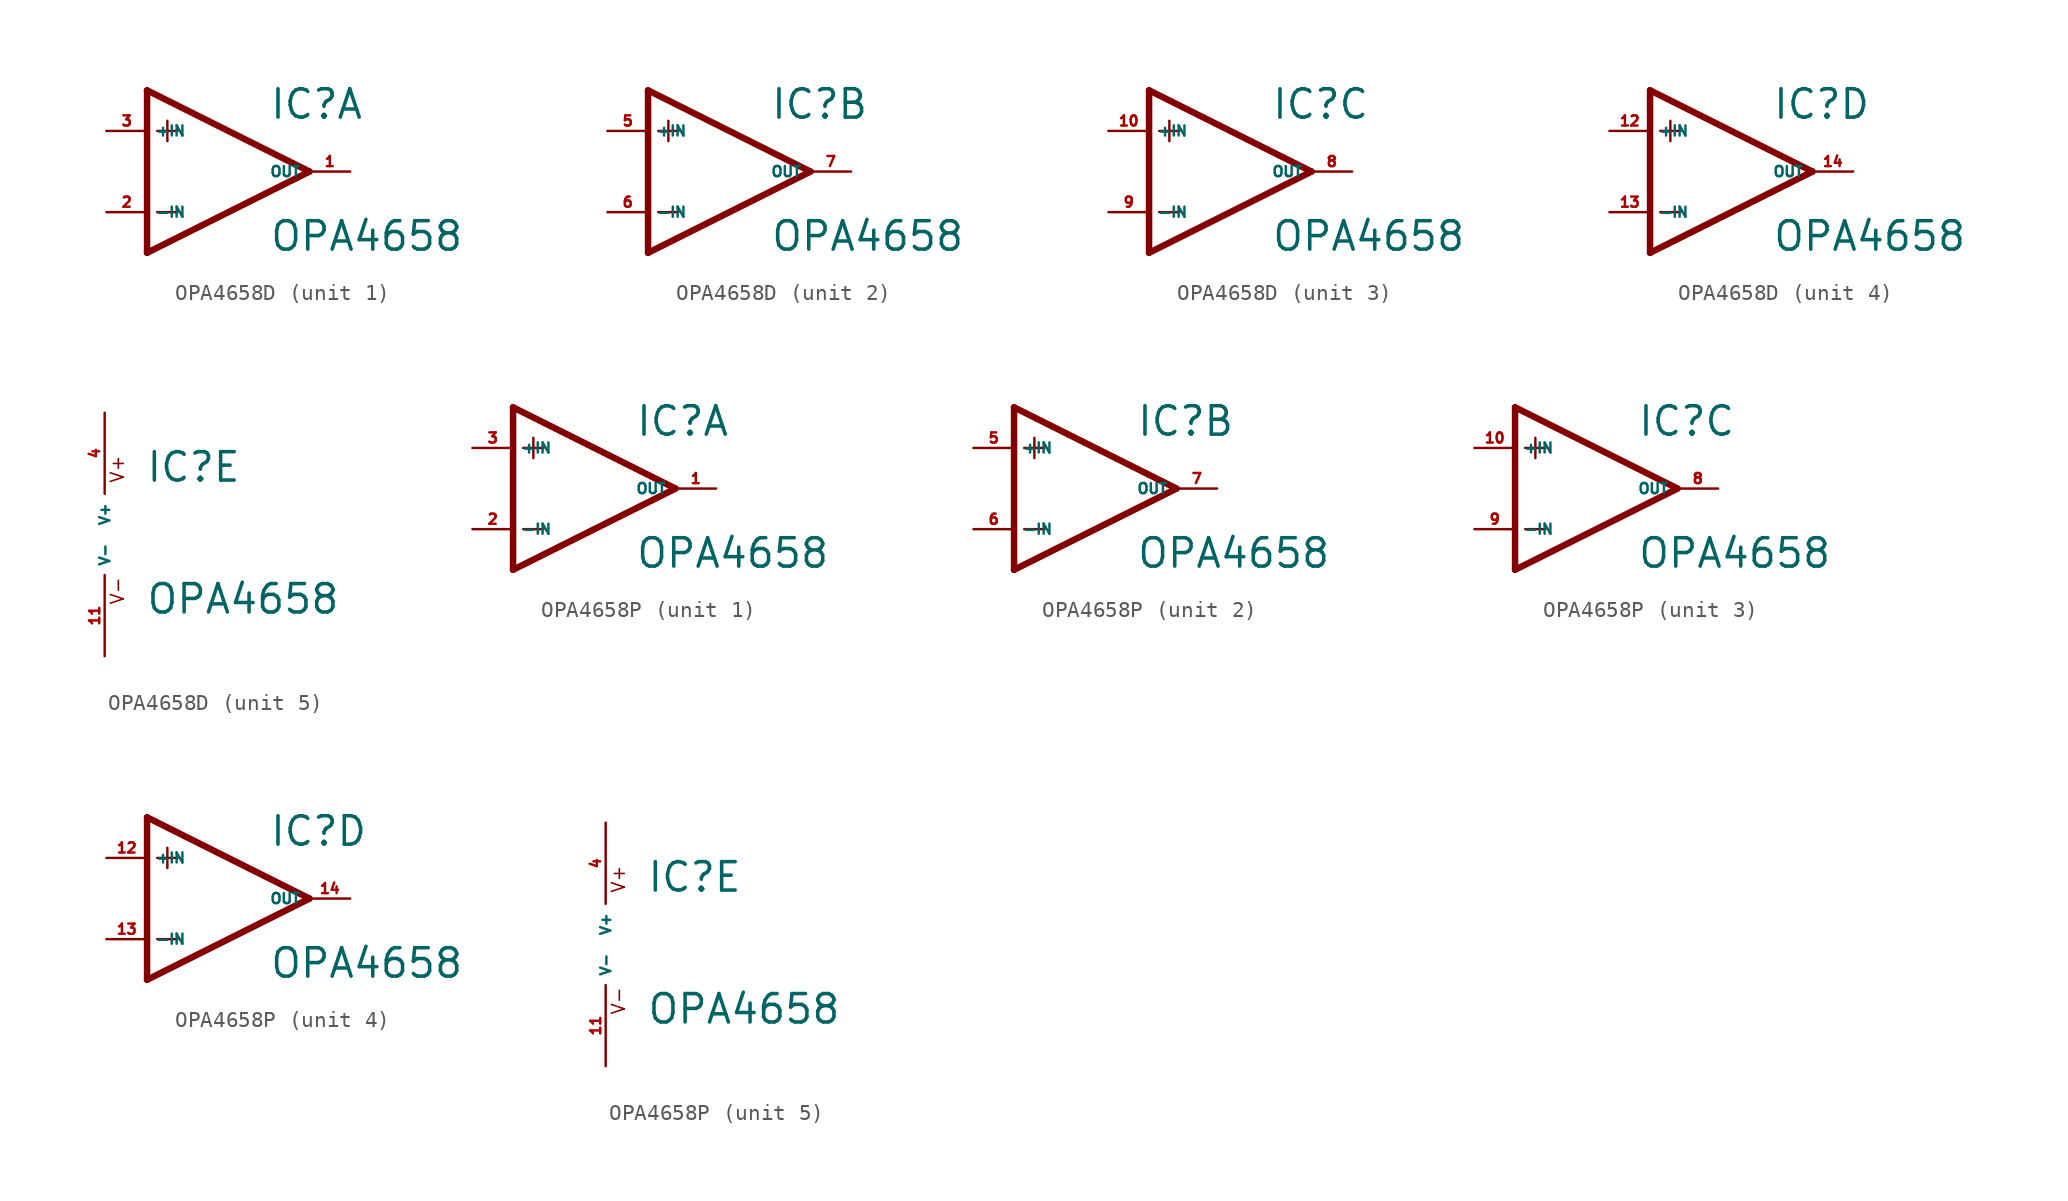
<source format=kicad_sym>
(kicad_symbol_lib
  (version 20220914)
  (generator Eagle2Kicad)
  (symbol "OPA4658D"
    (property "Reference" "IC"
      (at 2.54 3.175 0)
      (effects (font (size 1.778 1.778) (thickness 0.22)) (justify left bottom)))
    (property "Value" "OPA4658"
      (at 2.54 -5.08 0)
      (effects (font (size 1.778 1.778) (thickness 0.22)) (justify left bottom)))
    (symbol "OPA4658D_1_0"
      (polyline (pts (xy -5.08 5.08) (xy -5.08 -5.08)) (stroke (width 0.406) (type default)) (fill (type none)))
      (polyline (pts (xy -5.08 -5.08) (xy 5.08 0)) (stroke (width 0.406) (type default)) (fill (type none)))
      (polyline (pts (xy 5.08 0) (xy -5.08 5.08)) (stroke (width 0.406) (type default)) (fill (type none)))
      (polyline (pts (xy -3.81 3.175) (xy -3.81 1.905)) (stroke (width 0.152) (type default)) (fill (type none)))
      (polyline (pts (xy -4.445 2.54) (xy -3.175 2.54)) (stroke (width 0.152) (type default)) (fill (type none)))
      (polyline (pts (xy -4.445 -2.54) (xy -3.175 -2.54)) (stroke (width 0.152) (type default)) (fill (type none)))
      (pin input line (at -7.62 -2.54 0) (length 2.54) (name "-IN" (effects (font (size 0.635 0.635) (thickness 0.08)) (justify left bottom))) (number "2" (effects (font (size 0.635 0.635) (thickness 0.08)) (justify left bottom))))
      (pin input line (at -7.62 2.54 0) (length 2.54) (name "+IN" (effects (font (size 0.635 0.635) (thickness 0.08)) (justify left bottom))) (number "3" (effects (font (size 0.635 0.635) (thickness 0.08)) (justify left bottom))))
      (pin output line (at 7.62 0 180) (length 2.54) (name "OUT" (effects (font (size 0.635 0.635) (thickness 0.08)) (justify left bottom))) (number "1" (effects (font (size 0.635 0.635) (thickness 0.08)) (justify left bottom)))))
    (symbol "OPA4658D_2_0"
      (polyline (pts (xy -5.08 5.08) (xy -5.08 -5.08)) (stroke (width 0.406) (type default)) (fill (type none)))
      (polyline (pts (xy -5.08 -5.08) (xy 5.08 0)) (stroke (width 0.406) (type default)) (fill (type none)))
      (polyline (pts (xy 5.08 0) (xy -5.08 5.08)) (stroke (width 0.406) (type default)) (fill (type none)))
      (polyline (pts (xy -3.81 3.175) (xy -3.81 1.905)) (stroke (width 0.152) (type default)) (fill (type none)))
      (polyline (pts (xy -4.445 2.54) (xy -3.175 2.54)) (stroke (width 0.152) (type default)) (fill (type none)))
      (polyline (pts (xy -4.445 -2.54) (xy -3.175 -2.54)) (stroke (width 0.152) (type default)) (fill (type none)))
      (pin input line (at -7.62 -2.54 0) (length 2.54) (name "-IN" (effects (font (size 0.635 0.635) (thickness 0.08)) (justify left bottom))) (number "6" (effects (font (size 0.635 0.635) (thickness 0.08)) (justify left bottom))))
      (pin input line (at -7.62 2.54 0) (length 2.54) (name "+IN" (effects (font (size 0.635 0.635) (thickness 0.08)) (justify left bottom))) (number "5" (effects (font (size 0.635 0.635) (thickness 0.08)) (justify left bottom))))
      (pin output line (at 7.62 0 180) (length 2.54) (name "OUT" (effects (font (size 0.635 0.635) (thickness 0.08)) (justify left bottom))) (number "7" (effects (font (size 0.635 0.635) (thickness 0.08)) (justify left bottom)))))
    (symbol "OPA4658D_3_0"
      (polyline (pts (xy -5.08 5.08) (xy -5.08 -5.08)) (stroke (width 0.406) (type default)) (fill (type none)))
      (polyline (pts (xy -5.08 -5.08) (xy 5.08 0)) (stroke (width 0.406) (type default)) (fill (type none)))
      (polyline (pts (xy 5.08 0) (xy -5.08 5.08)) (stroke (width 0.406) (type default)) (fill (type none)))
      (polyline (pts (xy -3.81 3.175) (xy -3.81 1.905)) (stroke (width 0.152) (type default)) (fill (type none)))
      (polyline (pts (xy -4.445 2.54) (xy -3.175 2.54)) (stroke (width 0.152) (type default)) (fill (type none)))
      (polyline (pts (xy -4.445 -2.54) (xy -3.175 -2.54)) (stroke (width 0.152) (type default)) (fill (type none)))
      (pin input line (at -7.62 -2.54 0) (length 2.54) (name "-IN" (effects (font (size 0.635 0.635) (thickness 0.08)) (justify left bottom))) (number "9" (effects (font (size 0.635 0.635) (thickness 0.08)) (justify left bottom))))
      (pin input line (at -7.62 2.54 0) (length 2.54) (name "+IN" (effects (font (size 0.635 0.635) (thickness 0.08)) (justify left bottom))) (number "10" (effects (font (size 0.635 0.635) (thickness 0.08)) (justify left bottom))))
      (pin output line (at 7.62 0 180) (length 2.54) (name "OUT" (effects (font (size 0.635 0.635) (thickness 0.08)) (justify left bottom))) (number "8" (effects (font (size 0.635 0.635) (thickness 0.08)) (justify left bottom)))))
    (symbol "OPA4658D_4_0"
      (polyline (pts (xy -5.08 5.08) (xy -5.08 -5.08)) (stroke (width 0.406) (type default)) (fill (type none)))
      (polyline (pts (xy -5.08 -5.08) (xy 5.08 0)) (stroke (width 0.406) (type default)) (fill (type none)))
      (polyline (pts (xy 5.08 0) (xy -5.08 5.08)) (stroke (width 0.406) (type default)) (fill (type none)))
      (polyline (pts (xy -3.81 3.175) (xy -3.81 1.905)) (stroke (width 0.152) (type default)) (fill (type none)))
      (polyline (pts (xy -4.445 2.54) (xy -3.175 2.54)) (stroke (width 0.152) (type default)) (fill (type none)))
      (polyline (pts (xy -4.445 -2.54) (xy -3.175 -2.54)) (stroke (width 0.152) (type default)) (fill (type none)))
      (pin input line (at -7.62 -2.54 0) (length 2.54) (name "-IN" (effects (font (size 0.635 0.635) (thickness 0.08)) (justify left bottom))) (number "13" (effects (font (size 0.635 0.635) (thickness 0.08)) (justify left bottom))))
      (pin input line (at -7.62 2.54 0) (length 2.54) (name "+IN" (effects (font (size 0.635 0.635) (thickness 0.08)) (justify left bottom))) (number "12" (effects (font (size 0.635 0.635) (thickness 0.08)) (justify left bottom))))
      (pin output line (at 7.62 0 180) (length 2.54) (name "OUT" (effects (font (size 0.635 0.635) (thickness 0.08)) (justify left bottom))) (number "14" (effects (font (size 0.635 0.635) (thickness 0.08)) (justify left bottom)))))
    (symbol "OPA4658D_5_0"
      (text "V+" (at 1.27 3.175 900) (effects (font (size 0.813 0.813) (thickness 0.10)) (justify left bottom)))
      (text "V-" (at 1.27 -4.445 900) (effects (font (size 0.813 0.813) (thickness 0.10)) (justify left bottom)))
      (pin unspecified line (at 0 7.62 270) (length 5.08) (name "V+" (effects (font (size 0.635 0.635) (thickness 0.08)) (justify left bottom))) (number "4" (effects (font (size 0.635 0.635) (thickness 0.08)) (justify left bottom))))
      (pin unspecified line (at 0 -7.62 90) (length 5.08) (name "V-" (effects (font (size 0.635 0.635) (thickness 0.08)) (justify left bottom))) (number "11" (effects (font (size 0.635 0.635) (thickness 0.08)) (justify left bottom))))))
  (symbol "OPA4658P"
    (property "Reference" "IC"
      (at 2.54 3.175 0)
      (effects (font (size 1.778 1.778) (thickness 0.22)) (justify left bottom)))
    (property "Value" "OPA4658"
      (at 2.54 -5.08 0)
      (effects (font (size 1.778 1.778) (thickness 0.22)) (justify left bottom)))
    (symbol "OPA4658P_1_0"
      (polyline (pts (xy -5.08 5.08) (xy -5.08 -5.08)) (stroke (width 0.406) (type default)) (fill (type none)))
      (polyline (pts (xy -5.08 -5.08) (xy 5.08 0)) (stroke (width 0.406) (type default)) (fill (type none)))
      (polyline (pts (xy 5.08 0) (xy -5.08 5.08)) (stroke (width 0.406) (type default)) (fill (type none)))
      (polyline (pts (xy -3.81 3.175) (xy -3.81 1.905)) (stroke (width 0.152) (type default)) (fill (type none)))
      (polyline (pts (xy -4.445 2.54) (xy -3.175 2.54)) (stroke (width 0.152) (type default)) (fill (type none)))
      (polyline (pts (xy -4.445 -2.54) (xy -3.175 -2.54)) (stroke (width 0.152) (type default)) (fill (type none)))
      (pin input line (at -7.62 -2.54 0) (length 2.54) (name "-IN" (effects (font (size 0.635 0.635) (thickness 0.08)) (justify left bottom))) (number "2" (effects (font (size 0.635 0.635) (thickness 0.08)) (justify left bottom))))
      (pin input line (at -7.62 2.54 0) (length 2.54) (name "+IN" (effects (font (size 0.635 0.635) (thickness 0.08)) (justify left bottom))) (number "3" (effects (font (size 0.635 0.635) (thickness 0.08)) (justify left bottom))))
      (pin output line (at 7.62 0 180) (length 2.54) (name "OUT" (effects (font (size 0.635 0.635) (thickness 0.08)) (justify left bottom))) (number "1" (effects (font (size 0.635 0.635) (thickness 0.08)) (justify left bottom)))))
    (symbol "OPA4658P_2_0"
      (polyline (pts (xy -5.08 5.08) (xy -5.08 -5.08)) (stroke (width 0.406) (type default)) (fill (type none)))
      (polyline (pts (xy -5.08 -5.08) (xy 5.08 0)) (stroke (width 0.406) (type default)) (fill (type none)))
      (polyline (pts (xy 5.08 0) (xy -5.08 5.08)) (stroke (width 0.406) (type default)) (fill (type none)))
      (polyline (pts (xy -3.81 3.175) (xy -3.81 1.905)) (stroke (width 0.152) (type default)) (fill (type none)))
      (polyline (pts (xy -4.445 2.54) (xy -3.175 2.54)) (stroke (width 0.152) (type default)) (fill (type none)))
      (polyline (pts (xy -4.445 -2.54) (xy -3.175 -2.54)) (stroke (width 0.152) (type default)) (fill (type none)))
      (pin input line (at -7.62 -2.54 0) (length 2.54) (name "-IN" (effects (font (size 0.635 0.635) (thickness 0.08)) (justify left bottom))) (number "6" (effects (font (size 0.635 0.635) (thickness 0.08)) (justify left bottom))))
      (pin input line (at -7.62 2.54 0) (length 2.54) (name "+IN" (effects (font (size 0.635 0.635) (thickness 0.08)) (justify left bottom))) (number "5" (effects (font (size 0.635 0.635) (thickness 0.08)) (justify left bottom))))
      (pin output line (at 7.62 0 180) (length 2.54) (name "OUT" (effects (font (size 0.635 0.635) (thickness 0.08)) (justify left bottom))) (number "7" (effects (font (size 0.635 0.635) (thickness 0.08)) (justify left bottom)))))
    (symbol "OPA4658P_3_0"
      (polyline (pts (xy -5.08 5.08) (xy -5.08 -5.08)) (stroke (width 0.406) (type default)) (fill (type none)))
      (polyline (pts (xy -5.08 -5.08) (xy 5.08 0)) (stroke (width 0.406) (type default)) (fill (type none)))
      (polyline (pts (xy 5.08 0) (xy -5.08 5.08)) (stroke (width 0.406) (type default)) (fill (type none)))
      (polyline (pts (xy -3.81 3.175) (xy -3.81 1.905)) (stroke (width 0.152) (type default)) (fill (type none)))
      (polyline (pts (xy -4.445 2.54) (xy -3.175 2.54)) (stroke (width 0.152) (type default)) (fill (type none)))
      (polyline (pts (xy -4.445 -2.54) (xy -3.175 -2.54)) (stroke (width 0.152) (type default)) (fill (type none)))
      (pin input line (at -7.62 -2.54 0) (length 2.54) (name "-IN" (effects (font (size 0.635 0.635) (thickness 0.08)) (justify left bottom))) (number "9" (effects (font (size 0.635 0.635) (thickness 0.08)) (justify left bottom))))
      (pin input line (at -7.62 2.54 0) (length 2.54) (name "+IN" (effects (font (size 0.635 0.635) (thickness 0.08)) (justify left bottom))) (number "10" (effects (font (size 0.635 0.635) (thickness 0.08)) (justify left bottom))))
      (pin output line (at 7.62 0 180) (length 2.54) (name "OUT" (effects (font (size 0.635 0.635) (thickness 0.08)) (justify left bottom))) (number "8" (effects (font (size 0.635 0.635) (thickness 0.08)) (justify left bottom)))))
    (symbol "OPA4658P_4_0"
      (polyline (pts (xy -5.08 5.08) (xy -5.08 -5.08)) (stroke (width 0.406) (type default)) (fill (type none)))
      (polyline (pts (xy -5.08 -5.08) (xy 5.08 0)) (stroke (width 0.406) (type default)) (fill (type none)))
      (polyline (pts (xy 5.08 0) (xy -5.08 5.08)) (stroke (width 0.406) (type default)) (fill (type none)))
      (polyline (pts (xy -3.81 3.175) (xy -3.81 1.905)) (stroke (width 0.152) (type default)) (fill (type none)))
      (polyline (pts (xy -4.445 2.54) (xy -3.175 2.54)) (stroke (width 0.152) (type default)) (fill (type none)))
      (polyline (pts (xy -4.445 -2.54) (xy -3.175 -2.54)) (stroke (width 0.152) (type default)) (fill (type none)))
      (pin input line (at -7.62 -2.54 0) (length 2.54) (name "-IN" (effects (font (size 0.635 0.635) (thickness 0.08)) (justify left bottom))) (number "13" (effects (font (size 0.635 0.635) (thickness 0.08)) (justify left bottom))))
      (pin input line (at -7.62 2.54 0) (length 2.54) (name "+IN" (effects (font (size 0.635 0.635) (thickness 0.08)) (justify left bottom))) (number "12" (effects (font (size 0.635 0.635) (thickness 0.08)) (justify left bottom))))
      (pin output line (at 7.62 0 180) (length 2.54) (name "OUT" (effects (font (size 0.635 0.635) (thickness 0.08)) (justify left bottom))) (number "14" (effects (font (size 0.635 0.635) (thickness 0.08)) (justify left bottom)))))
    (symbol "OPA4658P_5_0"
      (text "V+" (at 1.27 3.175 900) (effects (font (size 0.813 0.813) (thickness 0.10)) (justify left bottom)))
      (text "V-" (at 1.27 -4.445 900) (effects (font (size 0.813 0.813) (thickness 0.10)) (justify left bottom)))
      (pin unspecified line (at 0 7.62 270) (length 5.08) (name "V+" (effects (font (size 0.635 0.635) (thickness 0.08)) (justify left bottom))) (number "4" (effects (font (size 0.635 0.635) (thickness 0.08)) (justify left bottom))))
      (pin unspecified line (at 0 -7.62 90) (length 5.08) (name "V-" (effects (font (size 0.635 0.635) (thickness 0.08)) (justify left bottom))) (number "11" (effects (font (size 0.635 0.635) (thickness 0.08)) (justify left bottom)))))))
</source>
